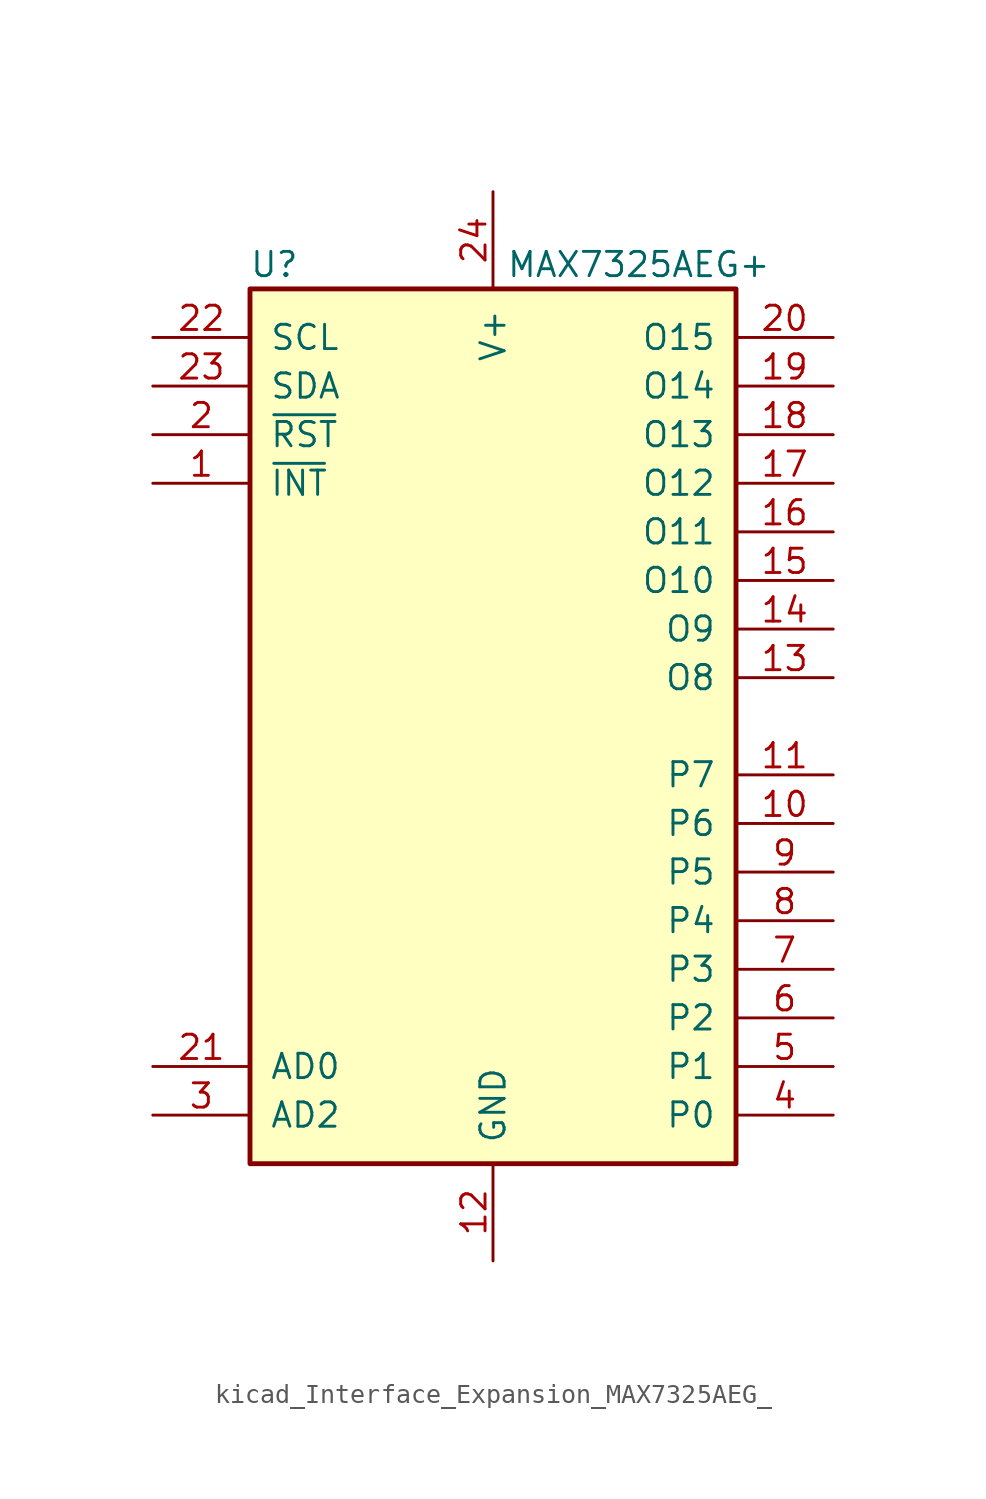
<source format=kicad_sym>
(kicad_symbol_lib
  (version 20220914)
  (generator kicad_symbol_editor)
  (symbol "kicad_Interface_Expansion_MAX7325AEG_"
    (pin_names
      (offset 1.016))
    (property "Reference" "U"
      (at -11.43 24.13 0)
      (effects (font (size 1.27 1.27))))
    (property "Value" "MAX7325AEG+"
      (at 7.62 24.13 0)
      (effects (font (size 1.27 1.27))))
    (symbol "kicad_Interface_Expansion_MAX7325AEG__0_1"
      (rectangle (start -12.7 22.86) (end 12.7 -22.86) (stroke (width 0.254) (type default)) (fill (type background))))
    (symbol "kicad_Interface_Expansion_MAX7325AEG__1_1"
      (pin open_collector line (at -17.78 12.7 0) (length 5.08) (name "~{INT}" (effects (font (size 1.27 1.27)))) (number "1" (effects (font (size 1.27 1.27)))))
      (pin bidirectional line (at 17.78 -5.08 180) (length 5.08) (name "P6" (effects (font (size 1.27 1.27)))) (number "10" (effects (font (size 1.27 1.27)))))
      (pin bidirectional line (at 17.78 -2.54 180) (length 5.08) (name "P7" (effects (font (size 1.27 1.27)))) (number "11" (effects (font (size 1.27 1.27)))))
      (pin power_in line (at 0 -27.94 90) (length 5.08) (name "GND" (effects (font (size 1.27 1.27)))) (number "12" (effects (font (size 1.27 1.27)))))
      (pin open_collector line (at 17.78 2.54 180) (length 5.08) (name "O8" (effects (font (size 1.27 1.27)))) (number "13" (effects (font (size 1.27 1.27)))))
      (pin open_collector line (at 17.78 5.08 180) (length 5.08) (name "O9" (effects (font (size 1.27 1.27)))) (number "14" (effects (font (size 1.27 1.27)))))
      (pin open_collector line (at 17.78 7.62 180) (length 5.08) (name "O10" (effects (font (size 1.27 1.27)))) (number "15" (effects (font (size 1.27 1.27)))))
      (pin open_collector line (at 17.78 10.16 180) (length 5.08) (name "O11" (effects (font (size 1.27 1.27)))) (number "16" (effects (font (size 1.27 1.27)))))
      (pin open_collector line (at 17.78 12.7 180) (length 5.08) (name "O12" (effects (font (size 1.27 1.27)))) (number "17" (effects (font (size 1.27 1.27)))))
      (pin open_collector line (at 17.78 15.24 180) (length 5.08) (name "O13" (effects (font (size 1.27 1.27)))) (number "18" (effects (font (size 1.27 1.27)))))
      (pin open_collector line (at 17.78 17.78 180) (length 5.08) (name "O14" (effects (font (size 1.27 1.27)))) (number "19" (effects (font (size 1.27 1.27)))))
      (pin input line (at -17.78 15.24 0) (length 5.08) (name "~{RST}" (effects (font (size 1.27 1.27)))) (number "2" (effects (font (size 1.27 1.27)))))
      (pin open_collector line (at 17.78 20.32 180) (length 5.08) (name "O15" (effects (font (size 1.27 1.27)))) (number "20" (effects (font (size 1.27 1.27)))))
      (pin input line (at -17.78 -17.78 0) (length 5.08) (name "AD0" (effects (font (size 1.27 1.27)))) (number "21" (effects (font (size 1.27 1.27)))))
      (pin input line (at -17.78 20.32 0) (length 5.08) (name "SCL" (effects (font (size 1.27 1.27)))) (number "22" (effects (font (size 1.27 1.27)))))
      (pin bidirectional line (at -17.78 17.78 0) (length 5.08) (name "SDA" (effects (font (size 1.27 1.27)))) (number "23" (effects (font (size 1.27 1.27)))))
      (pin power_in line (at 0 27.94 270) (length 5.08) (name "V+" (effects (font (size 1.27 1.27)))) (number "24" (effects (font (size 1.27 1.27)))))
      (pin input line (at -17.78 -20.32 0) (length 5.08) (name "AD2" (effects (font (size 1.27 1.27)))) (number "3" (effects (font (size 1.27 1.27)))))
      (pin bidirectional line (at 17.78 -20.32 180) (length 5.08) (name "P0" (effects (font (size 1.27 1.27)))) (number "4" (effects (font (size 1.27 1.27)))))
      (pin bidirectional line (at 17.78 -17.78 180) (length 5.08) (name "P1" (effects (font (size 1.27 1.27)))) (number "5" (effects (font (size 1.27 1.27)))))
      (pin bidirectional line (at 17.78 -15.24 180) (length 5.08) (name "P2" (effects (font (size 1.27 1.27)))) (number "6" (effects (font (size 1.27 1.27)))))
      (pin bidirectional line (at 17.78 -12.7 180) (length 5.08) (name "P3" (effects (font (size 1.27 1.27)))) (number "7" (effects (font (size 1.27 1.27)))))
      (pin bidirectional line (at 17.78 -10.16 180) (length 5.08) (name "P4" (effects (font (size 1.27 1.27)))) (number "8" (effects (font (size 1.27 1.27)))))
      (pin bidirectional line (at 17.78 -7.62 180) (length 5.08) (name "P5" (effects (font (size 1.27 1.27)))) (number "9" (effects (font (size 1.27 1.27))))))))
</source>
